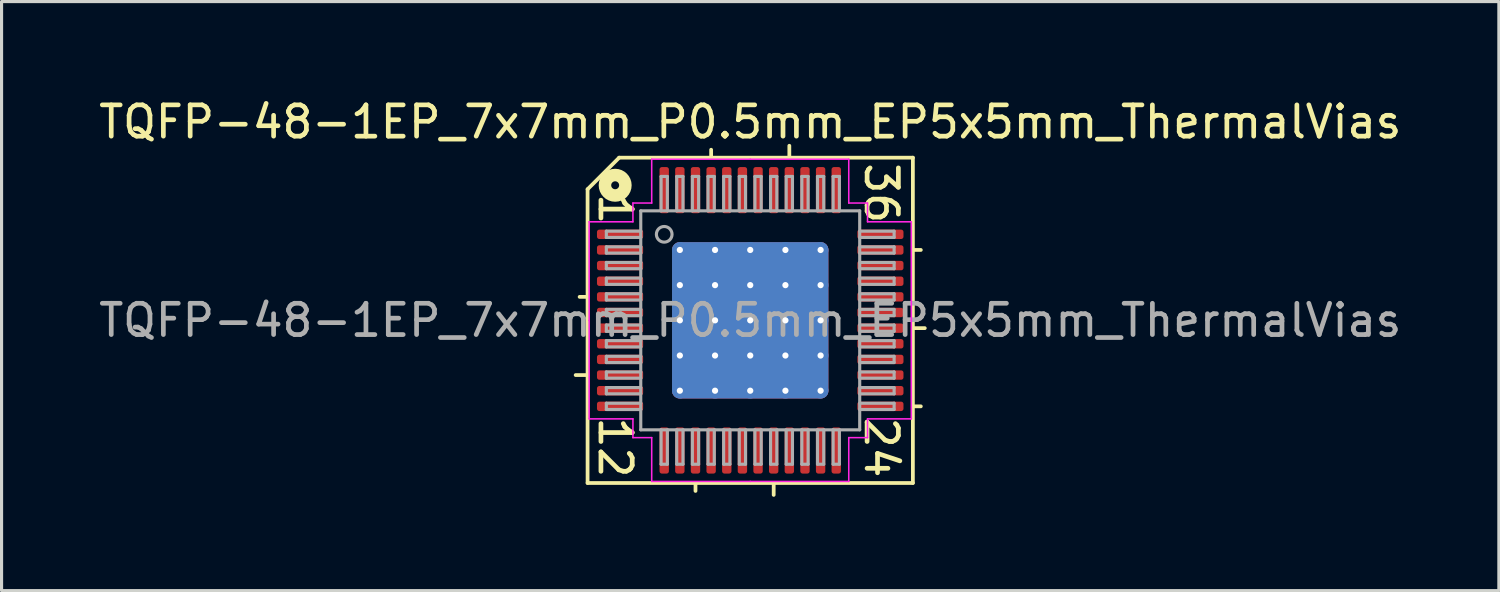
<source format=kicad_pcb>
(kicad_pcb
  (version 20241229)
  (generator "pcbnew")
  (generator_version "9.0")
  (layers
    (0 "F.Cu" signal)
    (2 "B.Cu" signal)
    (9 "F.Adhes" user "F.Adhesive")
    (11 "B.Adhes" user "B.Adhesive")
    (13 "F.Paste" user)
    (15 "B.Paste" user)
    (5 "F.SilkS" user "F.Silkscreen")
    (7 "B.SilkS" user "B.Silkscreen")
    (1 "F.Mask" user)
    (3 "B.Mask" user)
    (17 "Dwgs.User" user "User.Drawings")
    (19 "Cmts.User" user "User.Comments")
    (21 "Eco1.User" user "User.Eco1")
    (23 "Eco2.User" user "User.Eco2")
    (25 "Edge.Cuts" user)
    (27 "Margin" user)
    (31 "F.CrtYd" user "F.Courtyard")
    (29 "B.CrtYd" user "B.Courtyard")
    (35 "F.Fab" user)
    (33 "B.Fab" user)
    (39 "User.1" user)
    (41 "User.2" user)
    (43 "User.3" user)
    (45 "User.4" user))
  (footprint "TQFP-48-1EP_7x7mm_P0.5mm_EP5x5mm_ThermalVias"
    (layer "F.Cu")
    (at 20.935 7.191)
    (property "Reference" "TQFP-48-1EP_7x7mm_P0.5mm_EP5x5mm_ThermalVias" (at 0 -6.343 0) (layer "F.SilkS") (effects (font (size 1 1) (thickness 0.15))))
    (attr smd)
    (fp_line (start -5.2 -4.191) (end -5.2 5.2) (stroke (width 0.12) (type solid)) (layer "F.SilkS"))
    (fp_line (start -5.2 -0.75) (end -5.454 -0.75) (stroke (width 0.12) (type solid)) (layer "F.SilkS"))
    (fp_line (start -5.2 1.75) (end -5.581 1.75) (stroke (width 0.12) (type solid)) (layer "F.SilkS"))
    (fp_line (start -5.2 5.2) (end 5.2 5.2) (stroke (width 0.12) (type solid)) (layer "F.SilkS"))
    (fp_line (start -4.191 -5.2) (end -5.2 -4.191) (stroke (width 0.12) (type solid)) (layer "F.SilkS"))
    (fp_line (start -1.75 5.2) (end -1.75 5.454) (stroke (width 0.12) (type solid)) (layer "F.SilkS"))
    (fp_line (start -1.25 -5.2) (end -1.25 -5.454) (stroke (width 0.12) (type solid)) (layer "F.SilkS"))
    (fp_line (start 0.75 5.2) (end 0.75 5.581) (stroke (width 0.12) (type solid)) (layer "F.SilkS"))
    (fp_line (start 1.25 -5.2) (end 1.25 -5.581) (stroke (width 0.12) (type solid)) (layer "F.SilkS"))
    (fp_line (start 5.2 -5.2) (end -4.191 -5.2) (stroke (width 0.12) (type solid)) (layer "F.SilkS"))
    (fp_line (start 5.2 -2.25) (end 5.454 -2.25) (stroke (width 0.12) (type solid)) (layer "F.SilkS"))
    (fp_line (start 5.2 0.25) (end 5.581 0.25) (stroke (width 0.12) (type solid)) (layer "F.SilkS"))
    (fp_line (start 5.2 2.75) (end 5.454 2.75) (stroke (width 0.12) (type solid)) (layer "F.SilkS"))
    (fp_line (start 5.2 5.2) (end 5.2 -5.2) (stroke (width 0.12) (type solid)) (layer "F.SilkS"))
    (fp_circle (center -4.318 -4.318) (end -4.191 -4.318) (stroke (width 0.4) (type solid)) (fill no) (layer "F.SilkS"))
    (fp_line (start -5.15 -3.15) (end -5.15 0) (stroke (width 0.05) (type solid)) (layer "F.CrtYd"))
    (fp_line (start -5.15 3.15) (end -5.15 0) (stroke (width 0.05) (type solid)) (layer "F.CrtYd"))
    (fp_line (start -3.75 -3.75) (end -3.75 -3.15) (stroke (width 0.05) (type solid)) (layer "F.CrtYd"))
    (fp_line (start -3.75 -3.15) (end -5.15 -3.15) (stroke (width 0.05) (type solid)) (layer "F.CrtYd"))
    (fp_line (start -3.75 3.15) (end -5.15 3.15) (stroke (width 0.05) (type solid)) (layer "F.CrtYd"))
    (fp_line (start -3.75 3.75) (end -3.75 3.15) (stroke (width 0.05) (type solid)) (layer "F.CrtYd"))
    (fp_line (start -3.15 -5.15) (end -3.15 -3.75) (stroke (width 0.05) (type solid)) (layer "F.CrtYd"))
    (fp_line (start -3.15 -3.75) (end -3.75 -3.75) (stroke (width 0.05) (type solid)) (layer "F.CrtYd"))
    (fp_line (start -3.15 3.75) (end -3.75 3.75) (stroke (width 0.05) (type solid)) (layer "F.CrtYd"))
    (fp_line (start -3.15 5.15) (end -3.15 3.75) (stroke (width 0.05) (type solid)) (layer "F.CrtYd"))
    (fp_line (start 0 -5.15) (end -3.15 -5.15) (stroke (width 0.05) (type solid)) (layer "F.CrtYd"))
    (fp_line (start 0 -5.15) (end 3.15 -5.15) (stroke (width 0.05) (type solid)) (layer "F.CrtYd"))
    (fp_line (start 0 5.15) (end -3.15 5.15) (stroke (width 0.05) (type solid)) (layer "F.CrtYd"))
    (fp_line (start 0 5.15) (end 3.15 5.15) (stroke (width 0.05) (type solid)) (layer "F.CrtYd"))
    (fp_line (start 3.15 -5.15) (end 3.15 -3.75) (stroke (width 0.05) (type solid)) (layer "F.CrtYd"))
    (fp_line (start 3.15 -3.75) (end 3.75 -3.75) (stroke (width 0.05) (type solid)) (layer "F.CrtYd"))
    (fp_line (start 3.15 3.75) (end 3.75 3.75) (stroke (width 0.05) (type solid)) (layer "F.CrtYd"))
    (fp_line (start 3.15 5.15) (end 3.15 3.75) (stroke (width 0.05) (type solid)) (layer "F.CrtYd"))
    (fp_line (start 3.75 -3.75) (end 3.75 -3.15) (stroke (width 0.05) (type solid)) (layer "F.CrtYd"))
    (fp_line (start 3.75 -3.15) (end 5.15 -3.15) (stroke (width 0.05) (type solid)) (layer "F.CrtYd"))
    (fp_line (start 3.75 3.15) (end 5.15 3.15) (stroke (width 0.05) (type solid)) (layer "F.CrtYd"))
    (fp_line (start 3.75 3.75) (end 3.75 3.15) (stroke (width 0.05) (type solid)) (layer "F.CrtYd"))
    (fp_line (start 5.15 -3.15) (end 5.15 0) (stroke (width 0.05) (type solid)) (layer "F.CrtYd"))
    (fp_line (start 5.15 3.15) (end 5.15 0) (stroke (width 0.05) (type solid)) (layer "F.CrtYd"))
    (fp_line (start -4.6 -2.85) (end -4.6 -2.65) (stroke (width 0.1) (type solid)) (layer "F.Fab"))
    (fp_line (start -4.6 -2.85) (end -3.5 -2.85) (stroke (width 0.1) (type solid)) (layer "F.Fab"))
    (fp_line (start -4.6 -2.65) (end -3.5 -2.65) (stroke (width 0.1) (type solid)) (layer "F.Fab"))
    (fp_line (start -4.6 -2.35) (end -4.6 -2.15) (stroke (width 0.1) (type solid)) (layer "F.Fab"))
    (fp_line (start -4.6 -2.35) (end -3.5 -2.35) (stroke (width 0.1) (type solid)) (layer "F.Fab"))
    (fp_line (start -4.6 -2.15) (end -3.5 -2.15) (stroke (width 0.1) (type solid)) (layer "F.Fab"))
    (fp_line (start -4.6 -1.85) (end -4.6 -1.65) (stroke (width 0.1) (type solid)) (layer "F.Fab"))
    (fp_line (start -4.6 -1.85) (end -3.5 -1.85) (stroke (width 0.1) (type solid)) (layer "F.Fab"))
    (fp_line (start -4.6 -1.65) (end -3.5 -1.65) (stroke (width 0.1) (type solid)) (layer "F.Fab"))
    (fp_line (start -4.6 -1.35) (end -4.6 -1.15) (stroke (width 0.1) (type solid)) (layer "F.Fab"))
    (fp_line (start -4.6 -1.35) (end -3.5 -1.35) (stroke (width 0.1) (type solid)) (layer "F.Fab"))
    (fp_line (start -4.6 -1.15) (end -3.5 -1.15) (stroke (width 0.1) (type solid)) (layer "F.Fab"))
    (fp_line (start -4.6 -0.85) (end -4.6 -0.65) (stroke (width 0.1) (type solid)) (layer "F.Fab"))
    (fp_line (start -4.6 -0.85) (end -3.5 -0.85) (stroke (width 0.1) (type solid)) (layer "F.Fab"))
    (fp_line (start -4.6 -0.65) (end -3.5 -0.65) (stroke (width 0.1) (type solid)) (layer "F.Fab"))
    (fp_line (start -4.6 -0.35) (end -4.6 -0.15) (stroke (width 0.1) (type solid)) (layer "F.Fab"))
    (fp_line (start -4.6 -0.35) (end -3.5 -0.35) (stroke (width 0.1) (type solid)) (layer "F.Fab"))
    (fp_line (start -4.6 -0.15) (end -3.5 -0.15) (stroke (width 0.1) (type solid)) (layer "F.Fab"))
    (fp_line (start -4.6 0.15) (end -4.6 0.35) (stroke (width 0.1) (type solid)) (layer "F.Fab"))
    (fp_line (start -4.6 0.15) (end -3.5 0.15) (stroke (width 0.1) (type solid)) (layer "F.Fab"))
    (fp_line (start -4.6 0.35) (end -3.5 0.35) (stroke (width 0.1) (type solid)) (layer "F.Fab"))
    (fp_line (start -4.6 0.65) (end -4.6 0.85) (stroke (width 0.1) (type solid)) (layer "F.Fab"))
    (fp_line (start -4.6 0.65) (end -3.5 0.65) (stroke (width 0.1) (type solid)) (layer "F.Fab"))
    (fp_line (start -4.6 0.85) (end -3.5 0.85) (stroke (width 0.1) (type solid)) (layer "F.Fab"))
    (fp_line (start -4.6 1.15) (end -4.6 1.35) (stroke (width 0.1) (type solid)) (layer "F.Fab"))
    (fp_line (start -4.6 1.15) (end -3.5 1.15) (stroke (width 0.1) (type solid)) (layer "F.Fab"))
    (fp_line (start -4.6 1.35) (end -3.5 1.35) (stroke (width 0.1) (type solid)) (layer "F.Fab"))
    (fp_line (start -4.6 1.65) (end -4.6 1.85) (stroke (width 0.1) (type solid)) (layer "F.Fab"))
    (fp_line (start -4.6 1.65) (end -3.5 1.65) (stroke (width 0.1) (type solid)) (layer "F.Fab"))
    (fp_line (start -4.6 1.85) (end -3.5 1.85) (stroke (width 0.1) (type solid)) (layer "F.Fab"))
    (fp_line (start -4.6 2.15) (end -4.6 2.35) (stroke (width 0.1) (type solid)) (layer "F.Fab"))
    (fp_line (start -4.6 2.15) (end -3.5 2.15) (stroke (width 0.1) (type solid)) (layer "F.Fab"))
    (fp_line (start -4.6 2.35) (end -3.5 2.35) (stroke (width 0.1) (type solid)) (layer "F.Fab"))
    (fp_line (start -4.6 2.65) (end -4.6 2.85) (stroke (width 0.1) (type solid)) (layer "F.Fab"))
    (fp_line (start -4.6 2.65) (end -3.5 2.65) (stroke (width 0.1) (type solid)) (layer "F.Fab"))
    (fp_line (start -4.6 2.85) (end -3.5 2.85) (stroke (width 0.1) (type solid)) (layer "F.Fab"))
    (fp_line (start -3.5 -3.5) (end 3.5 -3.5) (stroke (width 0.1) (type solid)) (layer "F.Fab"))
    (fp_line (start -3.5 3.5) (end -3.5 -3.5) (stroke (width 0.1) (type solid)) (layer "F.Fab"))
    (fp_line (start -2.85 -4.6) (end -2.85 -3.5) (stroke (width 0.1) (type solid)) (layer "F.Fab"))
    (fp_line (start -2.85 4.6) (end -2.85 3.5) (stroke (width 0.1) (type solid)) (layer "F.Fab"))
    (fp_line (start -2.85 4.6) (end -2.65 4.6) (stroke (width 0.1) (type solid)) (layer "F.Fab"))
    (fp_line (start -2.65 -4.6) (end -2.85 -4.6) (stroke (width 0.1) (type solid)) (layer "F.Fab"))
    (fp_line (start -2.65 -4.6) (end -2.65 -3.5) (stroke (width 0.1) (type solid)) (layer "F.Fab"))
    (fp_line (start -2.65 4.6) (end -2.65 3.5) (stroke (width 0.1) (type solid)) (layer "F.Fab"))
    (fp_line (start -2.35 -4.6) (end -2.35 -3.5) (stroke (width 0.1) (type solid)) (layer "F.Fab"))
    (fp_line (start -2.35 4.6) (end -2.35 3.5) (stroke (width 0.1) (type solid)) (layer "F.Fab"))
    (fp_line (start -2.35 4.6) (end -2.15 4.6) (stroke (width 0.1) (type solid)) (layer "F.Fab"))
    (fp_line (start -2.15 -4.6) (end -2.35 -4.6) (stroke (width 0.1) (type solid)) (layer "F.Fab"))
    (fp_line (start -2.15 -4.6) (end -2.15 -3.5) (stroke (width 0.1) (type solid)) (layer "F.Fab"))
    (fp_line (start -2.15 4.6) (end -2.15 3.5) (stroke (width 0.1) (type solid)) (layer "F.Fab"))
    (fp_line (start -1.85 -4.6) (end -1.85 -3.5) (stroke (width 0.1) (type solid)) (layer "F.Fab"))
    (fp_line (start -1.85 4.6) (end -1.85 3.5) (stroke (width 0.1) (type solid)) (layer "F.Fab"))
    (fp_line (start -1.85 4.6) (end -1.65 4.6) (stroke (width 0.1) (type solid)) (layer "F.Fab"))
    (fp_line (start -1.65 -4.6) (end -1.85 -4.6) (stroke (width 0.1) (type solid)) (layer "F.Fab"))
    (fp_line (start -1.65 -4.6) (end -1.65 -3.5) (stroke (width 0.1) (type solid)) (layer "F.Fab"))
    (fp_line (start -1.65 4.6) (end -1.65 3.5) (stroke (width 0.1) (type solid)) (layer "F.Fab"))
    (fp_line (start -1.35 -4.6) (end -1.35 -3.5) (stroke (width 0.1) (type solid)) (layer "F.Fab"))
    (fp_line (start -1.35 4.6) (end -1.35 3.5) (stroke (width 0.1) (type solid)) (layer "F.Fab"))
    (fp_line (start -1.35 4.6) (end -1.15 4.6) (stroke (width 0.1) (type solid)) (layer "F.Fab"))
    (fp_line (start -1.15 -4.6) (end -1.35 -4.6) (stroke (width 0.1) (type solid)) (layer "F.Fab"))
    (fp_line (start -1.15 -4.6) (end -1.15 -3.5) (stroke (width 0.1) (type solid)) (layer "F.Fab"))
    (fp_line (start -1.15 4.6) (end -1.15 3.5) (stroke (width 0.1) (type solid)) (layer "F.Fab"))
    (fp_line (start -0.85 -4.6) (end -0.85 -3.5) (stroke (width 0.1) (type solid)) (layer "F.Fab"))
    (fp_line (start -0.85 4.6) (end -0.85 3.5) (stroke (width 0.1) (type solid)) (layer "F.Fab"))
    (fp_line (start -0.85 4.6) (end -0.65 4.6) (stroke (width 0.1) (type solid)) (layer "F.Fab"))
    (fp_line (start -0.65 -4.6) (end -0.85 -4.6) (stroke (width 0.1) (type solid)) (layer "F.Fab"))
    (fp_line (start -0.65 -4.6) (end -0.65 -3.5) (stroke (width 0.1) (type solid)) (layer "F.Fab"))
    (fp_line (start -0.65 4.6) (end -0.65 3.5) (stroke (width 0.1) (type solid)) (layer "F.Fab"))
    (fp_line (start -0.35 -4.6) (end -0.35 -3.5) (stroke (width 0.1) (type solid)) (layer "F.Fab"))
    (fp_line (start -0.35 4.6) (end -0.35 3.5) (stroke (width 0.1) (type solid)) (layer "F.Fab"))
    (fp_line (start -0.35 4.6) (end -0.15 4.6) (stroke (width 0.1) (type solid)) (layer "F.Fab"))
    (fp_line (start -0.15 -4.6) (end -0.35 -4.6) (stroke (width 0.1) (type solid)) (layer "F.Fab"))
    (fp_line (start -0.15 -4.6) (end -0.15 -3.5) (stroke (width 0.1) (type solid)) (layer "F.Fab"))
    (fp_line (start -0.15 4.6) (end -0.15 3.5) (stroke (width 0.1) (type solid)) (layer "F.Fab"))
    (fp_line (start 0.15 -4.6) (end 0.15 -3.5) (stroke (width 0.1) (type solid)) (layer "F.Fab"))
    (fp_line (start 0.15 4.6) (end 0.15 3.5) (stroke (width 0.1) (type solid)) (layer "F.Fab"))
    (fp_line (start 0.15 4.6) (end 0.35 4.6) (stroke (width 0.1) (type solid)) (layer "F.Fab"))
    (fp_line (start 0.35 -4.6) (end 0.15 -4.6) (stroke (width 0.1) (type solid)) (layer "F.Fab"))
    (fp_line (start 0.35 -4.6) (end 0.35 -3.5) (stroke (width 0.1) (type solid)) (layer "F.Fab"))
    (fp_line (start 0.35 4.6) (end 0.35 3.5) (stroke (width 0.1) (type solid)) (layer "F.Fab"))
    (fp_line (start 0.65 -4.6) (end 0.65 -3.5) (stroke (width 0.1) (type solid)) (layer "F.Fab"))
    (fp_line (start 0.65 4.6) (end 0.65 3.5) (stroke (width 0.1) (type solid)) (layer "F.Fab"))
    (fp_line (start 0.65 4.6) (end 0.85 4.6) (stroke (width 0.1) (type solid)) (layer "F.Fab"))
    (fp_line (start 0.85 -4.6) (end 0.65 -4.6) (stroke (width 0.1) (type solid)) (layer "F.Fab"))
    (fp_line (start 0.85 -4.6) (end 0.85 -3.5) (stroke (width 0.1) (type solid)) (layer "F.Fab"))
    (fp_line (start 0.85 4.6) (end 0.85 3.5) (stroke (width 0.1) (type solid)) (layer "F.Fab"))
    (fp_line (start 1.15 -4.6) (end 1.15 -3.5) (stroke (width 0.1) (type solid)) (layer "F.Fab"))
    (fp_line (start 1.15 4.6) (end 1.15 3.5) (stroke (width 0.1) (type solid)) (layer "F.Fab"))
    (fp_line (start 1.15 4.6) (end 1.35 4.6) (stroke (width 0.1) (type solid)) (layer "F.Fab"))
    (fp_line (start 1.35 -4.6) (end 1.15 -4.6) (stroke (width 0.1) (type solid)) (layer "F.Fab"))
    (fp_line (start 1.35 -4.6) (end 1.35 -3.5) (stroke (width 0.1) (type solid)) (layer "F.Fab"))
    (fp_line (start 1.35 4.6) (end 1.35 3.5) (stroke (width 0.1) (type solid)) (layer "F.Fab"))
    (fp_line (start 1.65 -4.6) (end 1.65 -3.5) (stroke (width 0.1) (type solid)) (layer "F.Fab"))
    (fp_line (start 1.65 4.6) (end 1.65 3.5) (stroke (width 0.1) (type solid)) (layer "F.Fab"))
    (fp_line (start 1.65 4.6) (end 1.85 4.6) (stroke (width 0.1) (type solid)) (layer "F.Fab"))
    (fp_line (start 1.85 -4.6) (end 1.65 -4.6) (stroke (width 0.1) (type solid)) (layer "F.Fab"))
    (fp_line (start 1.85 -4.6) (end 1.85 -3.5) (stroke (width 0.1) (type solid)) (layer "F.Fab"))
    (fp_line (start 1.85 4.6) (end 1.85 3.5) (stroke (width 0.1) (type solid)) (layer "F.Fab"))
    (fp_line (start 2.15 -4.6) (end 2.15 -3.5) (stroke (width 0.1) (type solid)) (layer "F.Fab"))
    (fp_line (start 2.15 4.6) (end 2.15 3.5) (stroke (width 0.1) (type solid)) (layer "F.Fab"))
    (fp_line (start 2.15 4.6) (end 2.35 4.6) (stroke (width 0.1) (type solid)) (layer "F.Fab"))
    (fp_line (start 2.35 -4.6) (end 2.15 -4.6) (stroke (width 0.1) (type solid)) (layer "F.Fab"))
    (fp_line (start 2.35 -4.6) (end 2.35 -3.5) (stroke (width 0.1) (type solid)) (layer "F.Fab"))
    (fp_line (start 2.35 4.6) (end 2.35 3.5) (stroke (width 0.1) (type solid)) (layer "F.Fab"))
    (fp_line (start 2.65 -4.6) (end 2.65 -3.5) (stroke (width 0.1) (type solid)) (layer "F.Fab"))
    (fp_line (start 2.65 4.6) (end 2.65 3.5) (stroke (width 0.1) (type solid)) (layer "F.Fab"))
    (fp_line (start 2.65 4.6) (end 2.85 4.6) (stroke (width 0.1) (type solid)) (layer "F.Fab"))
    (fp_line (start 2.85 -4.6) (end 2.65 -4.6) (stroke (width 0.1) (type solid)) (layer "F.Fab"))
    (fp_line (start 2.85 -4.6) (end 2.85 -3.5) (stroke (width 0.1) (type solid)) (layer "F.Fab"))
    (fp_line (start 2.85 4.6) (end 2.85 3.5) (stroke (width 0.1) (type solid)) (layer "F.Fab"))
    (fp_line (start 3.5 -3.5) (end 3.5 3.5) (stroke (width 0.1) (type solid)) (layer "F.Fab"))
    (fp_line (start 3.5 3.5) (end -3.5 3.5) (stroke (width 0.1) (type solid)) (layer "F.Fab"))
    (fp_line (start 4.6 -2.85) (end 3.5 -2.85) (stroke (width 0.1) (type solid)) (layer "F.Fab"))
    (fp_line (start 4.6 -2.65) (end 3.5 -2.65) (stroke (width 0.1) (type solid)) (layer "F.Fab"))
    (fp_line (start 4.6 -2.65) (end 4.6 -2.85) (stroke (width 0.1) (type solid)) (layer "F.Fab"))
    (fp_line (start 4.6 -2.35) (end 3.5 -2.35) (stroke (width 0.1) (type solid)) (layer "F.Fab"))
    (fp_line (start 4.6 -2.15) (end 3.5 -2.15) (stroke (width 0.1) (type solid)) (layer "F.Fab"))
    (fp_line (start 4.6 -2.15) (end 4.6 -2.35) (stroke (width 0.1) (type solid)) (layer "F.Fab"))
    (fp_line (start 4.6 -1.85) (end 3.5 -1.85) (stroke (width 0.1) (type solid)) (layer "F.Fab"))
    (fp_line (start 4.6 -1.65) (end 3.5 -1.65) (stroke (width 0.1) (type solid)) (layer "F.Fab"))
    (fp_line (start 4.6 -1.65) (end 4.6 -1.85) (stroke (width 0.1) (type solid)) (layer "F.Fab"))
    (fp_line (start 4.6 -1.35) (end 3.5 -1.35) (stroke (width 0.1) (type solid)) (layer "F.Fab"))
    (fp_line (start 4.6 -1.15) (end 3.5 -1.15) (stroke (width 0.1) (type solid)) (layer "F.Fab"))
    (fp_line (start 4.6 -1.15) (end 4.6 -1.35) (stroke (width 0.1) (type solid)) (layer "F.Fab"))
    (fp_line (start 4.6 -0.85) (end 3.5 -0.85) (stroke (width 0.1) (type solid)) (layer "F.Fab"))
    (fp_line (start 4.6 -0.65) (end 3.5 -0.65) (stroke (width 0.1) (type solid)) (layer "F.Fab"))
    (fp_line (start 4.6 -0.65) (end 4.6 -0.85) (stroke (width 0.1) (type solid)) (layer "F.Fab"))
    (fp_line (start 4.6 -0.35) (end 3.5 -0.35) (stroke (width 0.1) (type solid)) (layer "F.Fab"))
    (fp_line (start 4.6 -0.15) (end 3.5 -0.15) (stroke (width 0.1) (type solid)) (layer "F.Fab"))
    (fp_line (start 4.6 -0.15) (end 4.6 -0.35) (stroke (width 0.1) (type solid)) (layer "F.Fab"))
    (fp_line (start 4.6 0.15) (end 3.5 0.15) (stroke (width 0.1) (type solid)) (layer "F.Fab"))
    (fp_line (start 4.6 0.35) (end 3.5 0.35) (stroke (width 0.1) (type solid)) (layer "F.Fab"))
    (fp_line (start 4.6 0.35) (end 4.6 0.15) (stroke (width 0.1) (type solid)) (layer "F.Fab"))
    (fp_line (start 4.6 0.65) (end 3.5 0.65) (stroke (width 0.1) (type solid)) (layer "F.Fab"))
    (fp_line (start 4.6 0.85) (end 3.5 0.85) (stroke (width 0.1) (type solid)) (layer "F.Fab"))
    (fp_line (start 4.6 0.85) (end 4.6 0.65) (stroke (width 0.1) (type solid)) (layer "F.Fab"))
    (fp_line (start 4.6 1.15) (end 3.5 1.15) (stroke (width 0.1) (type solid)) (layer "F.Fab"))
    (fp_line (start 4.6 1.35) (end 3.5 1.35) (stroke (width 0.1) (type solid)) (layer "F.Fab"))
    (fp_line (start 4.6 1.35) (end 4.6 1.15) (stroke (width 0.1) (type solid)) (layer "F.Fab"))
    (fp_line (start 4.6 1.65) (end 3.5 1.65) (stroke (width 0.1) (type solid)) (layer "F.Fab"))
    (fp_line (start 4.6 1.85) (end 3.5 1.85) (stroke (width 0.1) (type solid)) (layer "F.Fab"))
    (fp_line (start 4.6 1.85) (end 4.6 1.65) (stroke (width 0.1) (type solid)) (layer "F.Fab"))
    (fp_line (start 4.6 2.15) (end 3.5 2.15) (stroke (width 0.1) (type solid)) (layer "F.Fab"))
    (fp_line (start 4.6 2.35) (end 3.5 2.35) (stroke (width 0.1) (type solid)) (layer "F.Fab"))
    (fp_line (start 4.6 2.35) (end 4.6 2.15) (stroke (width 0.1) (type solid)) (layer "F.Fab"))
    (fp_line (start 4.6 2.65) (end 3.5 2.65) (stroke (width 0.1) (type solid)) (layer "F.Fab"))
    (fp_line (start 4.6 2.85) (end 3.5 2.85) (stroke (width 0.1) (type solid)) (layer "F.Fab"))
    (fp_line (start 4.6 2.85) (end 4.6 2.65) (stroke (width 0.1) (type solid)) (layer "F.Fab"))
    (fp_circle (center -2.75 -2.75) (end -2.5 -2.75) (stroke (width 0.1) (type solid)) (fill no) (layer "F.Fab"))
    (fp_text user "12" (at -4.318 4.064 270) (unlocked yes) (layer "F.SilkS") (effects (font (size 1 1) (thickness 0.15))))
    (fp_text user "24" (at 4.191 4.064 270) (unlocked yes) (layer "F.SilkS") (effects (font (size 1 1) (thickness 0.15))))
    (fp_text user "1" (at -4.318 -3.556 270) (unlocked yes) (layer "F.SilkS") (effects (font (size 1 1) (thickness 0.15))))
    (fp_text user "36" (at 4.191 -4.064 270) (unlocked yes) (layer "F.SilkS") (effects (font (size 1 1) (thickness 0.15))))
    (fp_text user "${REFERENCE}" (at 0 0 0) (layer "F.Fab") (effects (font (size 1 1) (thickness 0.15))))
    (pad "" smd custom (at -1.688 -1.688) (size 0.891 0.891) (layers "F.Paste") (options (anchor circle)) (primitives (gr_poly (pts (xy 0.387 -0.29) (xy 0.387 0.29) (xy 0.29 0.387) (xy -0.29 0.387) (xy -0.387 0.29) (xy -0.387 -0.29) (xy -0.29 -0.387) (xy 0.29 -0.387)) (width 0.234) (fill yes))))
    (pad "" smd custom (at -1.688 -0.562) (size 0.891 0.891) (layers "F.Paste") (options (anchor circle)) (primitives (gr_poly (pts (xy 0.387 -0.29) (xy 0.387 0.29) (xy 0.29 0.387) (xy -0.29 0.387) (xy -0.387 0.29) (xy -0.387 -0.29) (xy -0.29 -0.387) (xy 0.29 -0.387)) (width 0.234) (fill yes))))
    (pad "" smd custom (at -1.688 0.562) (size 0.891 0.891) (layers "F.Paste") (options (anchor circle)) (primitives (gr_poly (pts (xy 0.387 -0.29) (xy 0.387 0.29) (xy 0.29 0.387) (xy -0.29 0.387) (xy -0.387 0.29) (xy -0.387 -0.29) (xy -0.29 -0.387) (xy 0.29 -0.387)) (width 0.234) (fill yes))))
    (pad "" smd custom (at -1.688 1.688) (size 0.891 0.891) (layers "F.Paste") (options (anchor circle)) (primitives (gr_poly (pts (xy 0.387 -0.29) (xy 0.387 0.29) (xy 0.29 0.387) (xy -0.29 0.387) (xy -0.387 0.29) (xy -0.387 -0.29) (xy -0.29 -0.387) (xy 0.29 -0.387)) (width 0.234) (fill yes))))
    (pad "" smd custom (at -0.562 -1.688) (size 0.891 0.891) (layers "F.Paste") (options (anchor circle)) (primitives (gr_poly (pts (xy 0.387 -0.29) (xy 0.387 0.29) (xy 0.29 0.387) (xy -0.29 0.387) (xy -0.387 0.29) (xy -0.387 -0.29) (xy -0.29 -0.387) (xy 0.29 -0.387)) (width 0.234) (fill yes))))
    (pad "" smd custom (at -0.562 -0.562) (size 0.891 0.891) (layers "F.Paste") (options (anchor circle)) (primitives (gr_poly (pts (xy 0.387 -0.29) (xy 0.387 0.29) (xy 0.29 0.387) (xy -0.29 0.387) (xy -0.387 0.29) (xy -0.387 -0.29) (xy -0.29 -0.387) (xy 0.29 -0.387)) (width 0.234) (fill yes))))
    (pad "" smd custom (at -0.562 0.562) (size 0.891 0.891) (layers "F.Paste") (options (anchor circle)) (primitives (gr_poly (pts (xy 0.387 -0.29) (xy 0.387 0.29) (xy 0.29 0.387) (xy -0.29 0.387) (xy -0.387 0.29) (xy -0.387 -0.29) (xy -0.29 -0.387) (xy 0.29 -0.387)) (width 0.234) (fill yes))))
    (pad "" smd custom (at -0.562 1.688) (size 0.891 0.891) (layers "F.Paste") (options (anchor circle)) (primitives (gr_poly (pts (xy 0.387 -0.29) (xy 0.387 0.29) (xy 0.29 0.387) (xy -0.29 0.387) (xy -0.387 0.29) (xy -0.387 -0.29) (xy -0.29 -0.387) (xy 0.29 -0.387)) (width 0.234) (fill yes))))
    (pad "" smd custom (at 0.562 -1.688) (size 0.891 0.891) (layers "F.Paste") (options (anchor circle)) (primitives (gr_poly (pts (xy 0.387 -0.29) (xy 0.387 0.29) (xy 0.29 0.387) (xy -0.29 0.387) (xy -0.387 0.29) (xy -0.387 -0.29) (xy -0.29 -0.387) (xy 0.29 -0.387)) (width 0.234) (fill yes))))
    (pad "" smd custom (at 0.562 -0.562) (size 0.891 0.891) (layers "F.Paste") (options (anchor circle)) (primitives (gr_poly (pts (xy 0.387 -0.29) (xy 0.387 0.29) (xy 0.29 0.387) (xy -0.29 0.387) (xy -0.387 0.29) (xy -0.387 -0.29) (xy -0.29 -0.387) (xy 0.29 -0.387)) (width 0.234) (fill yes))))
    (pad "" smd custom (at 0.562 0.562) (size 0.891 0.891) (layers "F.Paste") (options (anchor circle)) (primitives (gr_poly (pts (xy 0.387 -0.29) (xy 0.387 0.29) (xy 0.29 0.387) (xy -0.29 0.387) (xy -0.387 0.29) (xy -0.387 -0.29) (xy -0.29 -0.387) (xy 0.29 -0.387)) (width 0.234) (fill yes))))
    (pad "" smd custom (at 0.562 1.688) (size 0.891 0.891) (layers "F.Paste") (options (anchor circle)) (primitives (gr_poly (pts (xy 0.387 -0.29) (xy 0.387 0.29) (xy 0.29 0.387) (xy -0.29 0.387) (xy -0.387 0.29) (xy -0.387 -0.29) (xy -0.29 -0.387) (xy 0.29 -0.387)) (width 0.234) (fill yes))))
    (pad "" smd custom (at 1.688 -1.688) (size 0.891 0.891) (layers "F.Paste") (options (anchor circle)) (primitives (gr_poly (pts (xy 0.387 -0.29) (xy 0.387 0.29) (xy 0.29 0.387) (xy -0.29 0.387) (xy -0.387 0.29) (xy -0.387 -0.29) (xy -0.29 -0.387) (xy 0.29 -0.387)) (width 0.234) (fill yes))))
    (pad "" smd custom (at 1.688 -0.562) (size 0.891 0.891) (layers "F.Paste") (options (anchor circle)) (primitives (gr_poly (pts (xy 0.387 -0.29) (xy 0.387 0.29) (xy 0.29 0.387) (xy -0.29 0.387) (xy -0.387 0.29) (xy -0.387 -0.29) (xy -0.29 -0.387) (xy 0.29 -0.387)) (width 0.234) (fill yes))))
    (pad "" smd custom (at 1.688 0.562) (size 0.891 0.891) (layers "F.Paste") (options (anchor circle)) (primitives (gr_poly (pts (xy 0.387 -0.29) (xy 0.387 0.29) (xy 0.29 0.387) (xy -0.29 0.387) (xy -0.387 0.29) (xy -0.387 -0.29) (xy -0.29 -0.387) (xy 0.29 -0.387)) (width 0.234) (fill yes))))
    (pad "" smd custom (at 1.688 1.688) (size 0.891 0.891) (layers "F.Paste") (options (anchor circle)) (primitives (gr_poly (pts (xy 0.387 -0.29) (xy 0.387 0.29) (xy 0.29 0.387) (xy -0.29 0.387) (xy -0.387 0.29) (xy -0.387 -0.29) (xy -0.29 -0.387) (xy 0.29 -0.387)) (width 0.234) (fill yes))))
    (pad "1" smd roundrect (at -4.162 -2.75) (size 1.475 0.3) (layers "F.Cu" "F.Mask" "F.Paste") (roundrect_rratio 0.25))
    (pad "2" smd roundrect (at -4.162 -2.25) (size 1.475 0.3) (layers "F.Cu" "F.Mask" "F.Paste") (roundrect_rratio 0.25))
    (pad "3" smd roundrect (at -4.162 -1.75) (size 1.475 0.3) (layers "F.Cu" "F.Mask" "F.Paste") (roundrect_rratio 0.25))
    (pad "4" smd roundrect (at -4.162 -1.25) (size 1.475 0.3) (layers "F.Cu" "F.Mask" "F.Paste") (roundrect_rratio 0.25))
    (pad "5" smd roundrect (at -4.162 -0.75) (size 1.475 0.3) (layers "F.Cu" "F.Mask" "F.Paste") (roundrect_rratio 0.25))
    (pad "6" smd roundrect (at -4.162 -0.25) (size 1.475 0.3) (layers "F.Cu" "F.Mask" "F.Paste") (roundrect_rratio 0.25))
    (pad "7" smd roundrect (at -4.162 0.25) (size 1.475 0.3) (layers "F.Cu" "F.Mask" "F.Paste") (roundrect_rratio 0.25))
    (pad "8" smd roundrect (at -4.162 0.75) (size 1.475 0.3) (layers "F.Cu" "F.Mask" "F.Paste") (roundrect_rratio 0.25))
    (pad "9" smd roundrect (at -4.162 1.25) (size 1.475 0.3) (layers "F.Cu" "F.Mask" "F.Paste") (roundrect_rratio 0.25))
    (pad "10" smd roundrect (at -4.162 1.75) (size 1.475 0.3) (layers "F.Cu" "F.Mask" "F.Paste") (roundrect_rratio 0.25))
    (pad "11" smd roundrect (at -4.162 2.25) (size 1.475 0.3) (layers "F.Cu" "F.Mask" "F.Paste") (roundrect_rratio 0.25))
    (pad "12" smd roundrect (at -4.162 2.75) (size 1.475 0.3) (layers "F.Cu" "F.Mask" "F.Paste") (roundrect_rratio 0.25))
    (pad "13" smd roundrect (at -2.75 4.162) (size 0.3 1.475) (layers "F.Cu" "F.Mask" "F.Paste") (roundrect_rratio 0.25))
    (pad "14" smd roundrect (at -2.25 4.162) (size 0.3 1.475) (layers "F.Cu" "F.Mask" "F.Paste") (roundrect_rratio 0.25))
    (pad "15" smd roundrect (at -1.75 4.162) (size 0.3 1.475) (layers "F.Cu" "F.Mask" "F.Paste") (roundrect_rratio 0.25))
    (pad "16" smd roundrect (at -1.25 4.162) (size 0.3 1.475) (layers "F.Cu" "F.Mask" "F.Paste") (roundrect_rratio 0.25))
    (pad "17" smd roundrect (at -0.75 4.162) (size 0.3 1.475) (layers "F.Cu" "F.Mask" "F.Paste") (roundrect_rratio 0.25))
    (pad "18" smd roundrect (at -0.25 4.162) (size 0.3 1.475) (layers "F.Cu" "F.Mask" "F.Paste") (roundrect_rratio 0.25))
    (pad "19" smd roundrect (at 0.25 4.162) (size 0.3 1.475) (layers "F.Cu" "F.Mask" "F.Paste") (roundrect_rratio 0.25))
    (pad "20" smd roundrect (at 0.75 4.162) (size 0.3 1.475) (layers "F.Cu" "F.Mask" "F.Paste") (roundrect_rratio 0.25))
    (pad "21" smd roundrect (at 1.25 4.162) (size 0.3 1.475) (layers "F.Cu" "F.Mask" "F.Paste") (roundrect_rratio 0.25))
    (pad "22" smd roundrect (at 1.75 4.162) (size 0.3 1.475) (layers "F.Cu" "F.Mask" "F.Paste") (roundrect_rratio 0.25))
    (pad "23" smd roundrect (at 2.25 4.162) (size 0.3 1.475) (layers "F.Cu" "F.Mask" "F.Paste") (roundrect_rratio 0.25))
    (pad "24" smd roundrect (at 2.75 4.162) (size 0.3 1.475) (layers "F.Cu" "F.Mask" "F.Paste") (roundrect_rratio 0.25))
    (pad "25" smd roundrect (at 4.162 2.75) (size 1.475 0.3) (layers "F.Cu" "F.Mask" "F.Paste") (roundrect_rratio 0.25))
    (pad "26" smd roundrect (at 4.162 2.25) (size 1.475 0.3) (layers "F.Cu" "F.Mask" "F.Paste") (roundrect_rratio 0.25))
    (pad "27" smd roundrect (at 4.162 1.75) (size 1.475 0.3) (layers "F.Cu" "F.Mask" "F.Paste") (roundrect_rratio 0.25))
    (pad "28" smd roundrect (at 4.162 1.25) (size 1.475 0.3) (layers "F.Cu" "F.Mask" "F.Paste") (roundrect_rratio 0.25))
    (pad "29" smd roundrect (at 4.162 0.75) (size 1.475 0.3) (layers "F.Cu" "F.Mask" "F.Paste") (roundrect_rratio 0.25))
    (pad "30" smd roundrect (at 4.162 0.25) (size 1.475 0.3) (layers "F.Cu" "F.Mask" "F.Paste") (roundrect_rratio 0.25))
    (pad "31" smd roundrect (at 4.162 -0.25) (size 1.475 0.3) (layers "F.Cu" "F.Mask" "F.Paste") (roundrect_rratio 0.25))
    (pad "32" smd roundrect (at 4.162 -0.75) (size 1.475 0.3) (layers "F.Cu" "F.Mask" "F.Paste") (roundrect_rratio 0.25))
    (pad "33" smd roundrect (at 4.162 -1.25) (size 1.475 0.3) (layers "F.Cu" "F.Mask" "F.Paste") (roundrect_rratio 0.25))
    (pad "34" smd roundrect (at 4.162 -1.75) (size 1.475 0.3) (layers "F.Cu" "F.Mask" "F.Paste") (roundrect_rratio 0.25))
    (pad "35" smd roundrect (at 4.162 -2.25) (size 1.475 0.3) (layers "F.Cu" "F.Mask" "F.Paste") (roundrect_rratio 0.25))
    (pad "36" smd roundrect (at 4.162 -2.75) (size 1.475 0.3) (layers "F.Cu" "F.Mask" "F.Paste") (roundrect_rratio 0.25))
    (pad "37" smd roundrect (at 2.75 -4.162) (size 0.3 1.475) (layers "F.Cu" "F.Mask" "F.Paste") (roundrect_rratio 0.25))
    (pad "38" smd roundrect (at 2.25 -4.162) (size 0.3 1.475) (layers "F.Cu" "F.Mask" "F.Paste") (roundrect_rratio 0.25))
    (pad "39" smd roundrect (at 1.75 -4.162) (size 0.3 1.475) (layers "F.Cu" "F.Mask" "F.Paste") (roundrect_rratio 0.25))
    (pad "40" smd roundrect (at 1.25 -4.162) (size 0.3 1.475) (layers "F.Cu" "F.Mask" "F.Paste") (roundrect_rratio 0.25))
    (pad "41" smd roundrect (at 0.75 -4.162) (size 0.3 1.475) (layers "F.Cu" "F.Mask" "F.Paste") (roundrect_rratio 0.25))
    (pad "42" smd roundrect (at 0.25 -4.162) (size 0.3 1.475) (layers "F.Cu" "F.Mask" "F.Paste") (roundrect_rratio 0.25))
    (pad "43" smd roundrect (at -0.25 -4.162) (size 0.3 1.475) (layers "F.Cu" "F.Mask" "F.Paste") (roundrect_rratio 0.25))
    (pad "44" smd roundrect (at -0.75 -4.162) (size 0.3 1.475) (layers "F.Cu" "F.Mask" "F.Paste") (roundrect_rratio 0.25))
    (pad "45" smd roundrect (at -1.25 -4.162) (size 0.3 1.475) (layers "F.Cu" "F.Mask" "F.Paste") (roundrect_rratio 0.25))
    (pad "46" smd roundrect (at -1.75 -4.162) (size 0.3 1.475) (layers "F.Cu" "F.Mask" "F.Paste") (roundrect_rratio 0.25))
    (pad "47" smd roundrect (at -2.25 -4.162) (size 0.3 1.475) (layers "F.Cu" "F.Mask" "F.Paste") (roundrect_rratio 0.25))
    (pad "48" smd roundrect (at -2.75 -4.162) (size 0.3 1.475) (layers "F.Cu" "F.Mask" "F.Paste") (roundrect_rratio 0.25))
    (pad "49" thru_hole circle (at -2.25 -2.25) (size 0.5 0.5) (drill 0.2) (property pad_prop_heatsink) (layers "*.Cu"))
    (pad "49" thru_hole circle (at -2.25 -1.125) (size 0.5 0.5) (drill 0.2) (property pad_prop_heatsink) (layers "*.Cu"))
    (pad "49" thru_hole circle (at -2.25 0) (size 0.5 0.5) (drill 0.2) (property pad_prop_heatsink) (layers "*.Cu"))
    (pad "49" thru_hole circle (at -2.25 1.125) (size 0.5 0.5) (drill 0.2) (property pad_prop_heatsink) (layers "*.Cu"))
    (pad "49" thru_hole circle (at -2.25 2.25) (size 0.5 0.5) (drill 0.2) (property pad_prop_heatsink) (layers "*.Cu"))
    (pad "49" thru_hole circle (at -1.125 -2.25) (size 0.5 0.5) (drill 0.2) (property pad_prop_heatsink) (layers "*.Cu"))
    (pad "49" thru_hole circle (at -1.125 -1.125) (size 0.5 0.5) (drill 0.2) (property pad_prop_heatsink) (layers "*.Cu"))
    (pad "49" thru_hole circle (at -1.125 0) (size 0.5 0.5) (drill 0.2) (property pad_prop_heatsink) (layers "*.Cu"))
    (pad "49" thru_hole circle (at -1.125 1.125) (size 0.5 0.5) (drill 0.2) (property pad_prop_heatsink) (layers "*.Cu"))
    (pad "49" thru_hole circle (at -1.125 2.25) (size 0.5 0.5) (drill 0.2) (property pad_prop_heatsink) (layers "*.Cu"))
    (pad "49" thru_hole circle (at 0 -2.25) (size 0.5 0.5) (drill 0.2) (property pad_prop_heatsink) (layers "*.Cu"))
    (pad "49" thru_hole circle (at 0 -1.125) (size 0.5 0.5) (drill 0.2) (property pad_prop_heatsink) (layers "*.Cu"))
    (pad "49" thru_hole circle (at 0 0) (size 0.5 0.5) (drill 0.2) (property pad_prop_heatsink) (layers "*.Cu"))
    (pad "49" smd roundrect (at 0 0) (size 5 5) (layers "F.Cu" "F.Mask") (roundrect_rratio 0.05))
    (pad "49" smd roundrect (at 0 0) (size 5 5) (layers "B.Cu" "B.Mask") (roundrect_rratio 0.05))
    (pad "49" thru_hole circle (at 0 1.125) (size 0.5 0.5) (drill 0.2) (property pad_prop_heatsink) (layers "*.Cu"))
    (pad "49" thru_hole circle (at 0 2.25) (size 0.5 0.5) (drill 0.2) (property pad_prop_heatsink) (layers "*.Cu"))
    (pad "49" thru_hole circle (at 1.125 -2.25) (size 0.5 0.5) (drill 0.2) (property pad_prop_heatsink) (layers "*.Cu"))
    (pad "49" thru_hole circle (at 1.125 -1.125) (size 0.5 0.5) (drill 0.2) (property pad_prop_heatsink) (layers "*.Cu"))
    (pad "49" thru_hole circle (at 1.125 0) (size 0.5 0.5) (drill 0.2) (property pad_prop_heatsink) (layers "*.Cu"))
    (pad "49" thru_hole circle (at 1.125 1.125) (size 0.5 0.5) (drill 0.2) (property pad_prop_heatsink) (layers "*.Cu"))
    (pad "49" thru_hole circle (at 1.125 2.25) (size 0.5 0.5) (drill 0.2) (property pad_prop_heatsink) (layers "*.Cu"))
    (pad "49" thru_hole circle (at 2.25 -2.25) (size 0.5 0.5) (drill 0.2) (property pad_prop_heatsink) (layers "*.Cu"))
    (pad "49" thru_hole circle (at 2.25 -1.125) (size 0.5 0.5) (drill 0.2) (property pad_prop_heatsink) (layers "*.Cu"))
    (pad "49" thru_hole circle (at 2.25 0) (size 0.5 0.5) (drill 0.2) (property pad_prop_heatsink) (layers "*.Cu"))
    (pad "49" thru_hole circle (at 2.25 1.125) (size 0.5 0.5) (drill 0.2) (property pad_prop_heatsink) (layers "*.Cu"))
    (pad "49" thru_hole circle (at 2.25 2.25) (size 0.5 0.5) (drill 0.2) (property pad_prop_heatsink) (layers "*.Cu")))
  (gr_rect
    (start -3 -3)
    (end 44.869 15.832)
    (stroke (width 0.1) (type default))
    (fill no)
    (layer "Edge.Cuts")))
</source>
